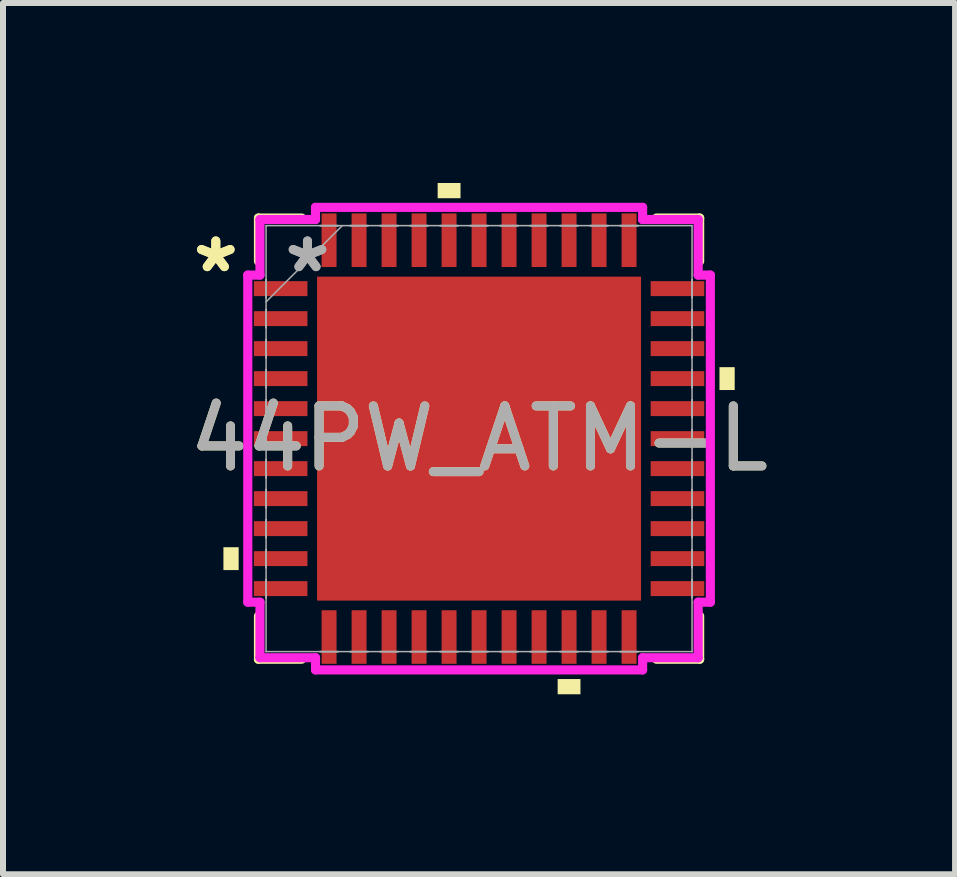
<source format=kicad_pcb>
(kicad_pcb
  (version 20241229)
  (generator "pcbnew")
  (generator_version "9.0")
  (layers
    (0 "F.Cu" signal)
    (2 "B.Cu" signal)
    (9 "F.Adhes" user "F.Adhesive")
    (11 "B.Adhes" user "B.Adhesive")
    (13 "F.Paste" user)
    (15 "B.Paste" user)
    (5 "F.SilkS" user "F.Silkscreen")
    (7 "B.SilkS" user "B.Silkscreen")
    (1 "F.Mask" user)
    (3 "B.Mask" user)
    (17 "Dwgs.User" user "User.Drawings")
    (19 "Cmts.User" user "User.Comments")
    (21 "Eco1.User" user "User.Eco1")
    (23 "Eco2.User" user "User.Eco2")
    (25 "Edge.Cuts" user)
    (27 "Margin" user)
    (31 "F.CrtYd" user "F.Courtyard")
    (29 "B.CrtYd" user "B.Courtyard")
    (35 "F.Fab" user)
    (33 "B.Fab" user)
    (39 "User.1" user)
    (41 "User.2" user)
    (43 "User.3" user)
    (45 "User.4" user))
  (footprint "44PW_ATM-L"
    (layer "F.Cu")
    (at 4.935 4.261)
    (property "Reference" "44PW_ATM-L" (at 0 0 0) (unlocked yes) (layer "F.SilkS") (effects (font (size 1 1) (thickness 0.15))))
    (attr smd)
    (fp_line (start -3.677 -3.677) (end -3.677 -2.957) (stroke (width 0.152) (type solid)) (layer "F.SilkS"))
    (fp_line (start -3.677 2.957) (end -3.677 3.677) (stroke (width 0.152) (type solid)) (layer "F.SilkS"))
    (fp_line (start -3.677 3.677) (end -2.957 3.677) (stroke (width 0.152) (type solid)) (layer "F.SilkS"))
    (fp_line (start -2.957 -3.677) (end -3.677 -3.677) (stroke (width 0.152) (type solid)) (layer "F.SilkS"))
    (fp_line (start 2.957 3.677) (end 3.677 3.677) (stroke (width 0.152) (type solid)) (layer "F.SilkS"))
    (fp_line (start 3.677 -3.677) (end 2.957 -3.677) (stroke (width 0.152) (type solid)) (layer "F.SilkS"))
    (fp_line (start 3.677 -2.957) (end 3.677 -3.677) (stroke (width 0.152) (type solid)) (layer "F.SilkS"))
    (fp_line (start 3.677 3.677) (end 3.677 2.957) (stroke (width 0.152) (type solid)) (layer "F.SilkS"))
    (fp_poly (pts (xy -4.261 1.81) (xy -4.261 2.191) (xy -4.007 2.191) (xy -4.007 1.81)) (stroke (width 0) (type solid)) (fill yes) (layer "F.SilkS"))
    (fp_poly (pts (xy -0.69 -4.007) (xy -0.69 -4.261) (xy -0.309 -4.261) (xy -0.309 -4.007)) (stroke (width 0) (type solid)) (fill yes) (layer "F.SilkS"))
    (fp_poly (pts (xy 1.31 4.007) (xy 1.31 4.261) (xy 1.69 4.261) (xy 1.69 4.007)) (stroke (width 0) (type solid)) (fill yes) (layer "F.SilkS"))
    (fp_poly (pts (xy 4.261 -1.191) (xy 4.261 -0.81) (xy 4.007 -0.81) (xy 4.007 -1.191)) (stroke (width 0) (type solid)) (fill yes) (layer "F.SilkS"))
    (fp_poly (pts (xy -2.6 -2.6) (xy -2.6 -1.45) (xy -1.45 -1.45) (xy -1.45 -2.6)) (stroke (width 0) (type solid)) (fill yes) (layer "F.Paste"))
    (fp_poly (pts (xy -2.6 -1.25) (xy -2.6 -0.1) (xy -1.45 -0.1) (xy -1.45 -1.25)) (stroke (width 0) (type solid)) (fill yes) (layer "F.Paste"))
    (fp_poly (pts (xy -2.6 0.1) (xy -2.6 1.25) (xy -1.45 1.25) (xy -1.45 0.1)) (stroke (width 0) (type solid)) (fill yes) (layer "F.Paste"))
    (fp_poly (pts (xy -2.6 1.45) (xy -2.6 2.6) (xy -1.45 2.6) (xy -1.45 1.45)) (stroke (width 0) (type solid)) (fill yes) (layer "F.Paste"))
    (fp_poly (pts (xy -1.25 -2.6) (xy -1.25 -1.45) (xy -0.1 -1.45) (xy -0.1 -2.6)) (stroke (width 0) (type solid)) (fill yes) (layer "F.Paste"))
    (fp_poly (pts (xy -1.25 -1.25) (xy -1.25 -0.1) (xy -0.1 -0.1) (xy -0.1 -1.25)) (stroke (width 0) (type solid)) (fill yes) (layer "F.Paste"))
    (fp_poly (pts (xy -1.25 0.1) (xy -1.25 1.25) (xy -0.1 1.25) (xy -0.1 0.1)) (stroke (width 0) (type solid)) (fill yes) (layer "F.Paste"))
    (fp_poly (pts (xy -1.25 1.45) (xy -1.25 2.6) (xy -0.1 2.6) (xy -0.1 1.45)) (stroke (width 0) (type solid)) (fill yes) (layer "F.Paste"))
    (fp_poly (pts (xy 0.1 -2.6) (xy 0.1 -1.45) (xy 1.25 -1.45) (xy 1.25 -2.6)) (stroke (width 0) (type solid)) (fill yes) (layer "F.Paste"))
    (fp_poly (pts (xy 0.1 -1.25) (xy 0.1 -0.1) (xy 1.25 -0.1) (xy 1.25 -1.25)) (stroke (width 0) (type solid)) (fill yes) (layer "F.Paste"))
    (fp_poly (pts (xy 0.1 0.1) (xy 0.1 1.25) (xy 1.25 1.25) (xy 1.25 0.1)) (stroke (width 0) (type solid)) (fill yes) (layer "F.Paste"))
    (fp_poly (pts (xy 0.1 1.45) (xy 0.1 2.6) (xy 1.25 2.6) (xy 1.25 1.45)) (stroke (width 0) (type solid)) (fill yes) (layer "F.Paste"))
    (fp_poly (pts (xy 1.45 -2.6) (xy 1.45 -1.45) (xy 2.6 -1.45) (xy 2.6 -2.6)) (stroke (width 0) (type solid)) (fill yes) (layer "F.Paste"))
    (fp_poly (pts (xy 1.45 -1.25) (xy 1.45 -0.1) (xy 2.6 -0.1) (xy 2.6 -1.25)) (stroke (width 0) (type solid)) (fill yes) (layer "F.Paste"))
    (fp_poly (pts (xy 1.45 0.1) (xy 1.45 1.25) (xy 2.6 1.25) (xy 2.6 0.1)) (stroke (width 0) (type solid)) (fill yes) (layer "F.Paste"))
    (fp_poly (pts (xy 1.45 1.45) (xy 1.45 2.6) (xy 2.6 2.6) (xy 2.6 1.45)) (stroke (width 0) (type solid)) (fill yes) (layer "F.Paste"))
    (fp_line (start -3.855 -2.726) (end -3.652 -2.726) (stroke (width 0.152) (type solid)) (layer "F.CrtYd"))
    (fp_line (start -3.855 2.726) (end -3.855 -2.726) (stroke (width 0.152) (type solid)) (layer "F.CrtYd"))
    (fp_line (start -3.652 -3.652) (end -2.726 -3.652) (stroke (width 0.152) (type solid)) (layer "F.CrtYd"))
    (fp_line (start -3.652 -2.726) (end -3.652 -3.652) (stroke (width 0.152) (type solid)) (layer "F.CrtYd"))
    (fp_line (start -3.652 2.726) (end -3.855 2.726) (stroke (width 0.152) (type solid)) (layer "F.CrtYd"))
    (fp_line (start -3.652 3.652) (end -3.652 2.726) (stroke (width 0.152) (type solid)) (layer "F.CrtYd"))
    (fp_line (start -2.726 -3.855) (end 2.726 -3.855) (stroke (width 0.152) (type solid)) (layer "F.CrtYd"))
    (fp_line (start -2.726 -3.652) (end -2.726 -3.855) (stroke (width 0.152) (type solid)) (layer "F.CrtYd"))
    (fp_line (start -2.726 3.652) (end -3.652 3.652) (stroke (width 0.152) (type solid)) (layer "F.CrtYd"))
    (fp_line (start -2.726 3.855) (end -2.726 3.652) (stroke (width 0.152) (type solid)) (layer "F.CrtYd"))
    (fp_line (start 2.726 -3.855) (end 2.726 -3.652) (stroke (width 0.152) (type solid)) (layer "F.CrtYd"))
    (fp_line (start 2.726 -3.652) (end 3.652 -3.652) (stroke (width 0.152) (type solid)) (layer "F.CrtYd"))
    (fp_line (start 2.726 3.652) (end 2.726 3.855) (stroke (width 0.152) (type solid)) (layer "F.CrtYd"))
    (fp_line (start 2.726 3.855) (end -2.726 3.855) (stroke (width 0.152) (type solid)) (layer "F.CrtYd"))
    (fp_line (start 3.652 -3.652) (end 3.652 -2.726) (stroke (width 0.152) (type solid)) (layer "F.CrtYd"))
    (fp_line (start 3.652 -2.726) (end 3.855 -2.726) (stroke (width 0.152) (type solid)) (layer "F.CrtYd"))
    (fp_line (start 3.652 2.726) (end 3.652 3.652) (stroke (width 0.152) (type solid)) (layer "F.CrtYd"))
    (fp_line (start 3.652 3.652) (end 2.726 3.652) (stroke (width 0.152) (type solid)) (layer "F.CrtYd"))
    (fp_line (start 3.855 -2.726) (end 3.855 2.726) (stroke (width 0.152) (type solid)) (layer "F.CrtYd"))
    (fp_line (start 3.855 2.726) (end 3.652 2.726) (stroke (width 0.152) (type solid)) (layer "F.CrtYd"))
    (fp_line (start -3.55 -3.55) (end -3.55 -3.55) (stroke (width 0.025) (type solid)) (layer "F.Fab"))
    (fp_line (start -3.55 -3.55) (end -3.55 3.55) (stroke (width 0.025) (type solid)) (layer "F.Fab"))
    (fp_line (start -3.55 -2.65) (end -3.55 -2.65) (stroke (width 0.025) (type solid)) (layer "F.Fab"))
    (fp_line (start -3.55 -2.65) (end -3.55 -2.35) (stroke (width 0.025) (type solid)) (layer "F.Fab"))
    (fp_line (start -3.55 -2.35) (end -3.55 -2.65) (stroke (width 0.025) (type solid)) (layer "F.Fab"))
    (fp_line (start -3.55 -2.35) (end -3.55 -2.35) (stroke (width 0.025) (type solid)) (layer "F.Fab"))
    (fp_line (start -3.55 -2.28) (end -2.28 -3.55) (stroke (width 0.025) (type solid)) (layer "F.Fab"))
    (fp_line (start -3.55 -2.15) (end -3.55 -2.15) (stroke (width 0.025) (type solid)) (layer "F.Fab"))
    (fp_line (start -3.55 -2.15) (end -3.55 -1.85) (stroke (width 0.025) (type solid)) (layer "F.Fab"))
    (fp_line (start -3.55 -1.85) (end -3.55 -2.15) (stroke (width 0.025) (type solid)) (layer "F.Fab"))
    (fp_line (start -3.55 -1.85) (end -3.55 -1.85) (stroke (width 0.025) (type solid)) (layer "F.Fab"))
    (fp_line (start -3.55 -1.65) (end -3.55 -1.65) (stroke (width 0.025) (type solid)) (layer "F.Fab"))
    (fp_line (start -3.55 -1.65) (end -3.55 -1.35) (stroke (width 0.025) (type solid)) (layer "F.Fab"))
    (fp_line (start -3.55 -1.35) (end -3.55 -1.65) (stroke (width 0.025) (type solid)) (layer "F.Fab"))
    (fp_line (start -3.55 -1.35) (end -3.55 -1.35) (stroke (width 0.025) (type solid)) (layer "F.Fab"))
    (fp_line (start -3.55 -1.15) (end -3.55 -1.15) (stroke (width 0.025) (type solid)) (layer "F.Fab"))
    (fp_line (start -3.55 -1.15) (end -3.55 -0.85) (stroke (width 0.025) (type solid)) (layer "F.Fab"))
    (fp_line (start -3.55 -0.85) (end -3.55 -1.15) (stroke (width 0.025) (type solid)) (layer "F.Fab"))
    (fp_line (start -3.55 -0.85) (end -3.55 -0.85) (stroke (width 0.025) (type solid)) (layer "F.Fab"))
    (fp_line (start -3.55 -0.65) (end -3.55 -0.65) (stroke (width 0.025) (type solid)) (layer "F.Fab"))
    (fp_line (start -3.55 -0.65) (end -3.55 -0.35) (stroke (width 0.025) (type solid)) (layer "F.Fab"))
    (fp_line (start -3.55 -0.35) (end -3.55 -0.65) (stroke (width 0.025) (type solid)) (layer "F.Fab"))
    (fp_line (start -3.55 -0.35) (end -3.55 -0.35) (stroke (width 0.025) (type solid)) (layer "F.Fab"))
    (fp_line (start -3.55 -0.15) (end -3.55 -0.15) (stroke (width 0.025) (type solid)) (layer "F.Fab"))
    (fp_line (start -3.55 -0.15) (end -3.55 0.15) (stroke (width 0.025) (type solid)) (layer "F.Fab"))
    (fp_line (start -3.55 0.15) (end -3.55 -0.15) (stroke (width 0.025) (type solid)) (layer "F.Fab"))
    (fp_line (start -3.55 0.15) (end -3.55 0.15) (stroke (width 0.025) (type solid)) (layer "F.Fab"))
    (fp_line (start -3.55 0.35) (end -3.55 0.35) (stroke (width 0.025) (type solid)) (layer "F.Fab"))
    (fp_line (start -3.55 0.35) (end -3.55 0.65) (stroke (width 0.025) (type solid)) (layer "F.Fab"))
    (fp_line (start -3.55 0.65) (end -3.55 0.35) (stroke (width 0.025) (type solid)) (layer "F.Fab"))
    (fp_line (start -3.55 0.65) (end -3.55 0.65) (stroke (width 0.025) (type solid)) (layer "F.Fab"))
    (fp_line (start -3.55 0.85) (end -3.55 0.85) (stroke (width 0.025) (type solid)) (layer "F.Fab"))
    (fp_line (start -3.55 0.85) (end -3.55 1.15) (stroke (width 0.025) (type solid)) (layer "F.Fab"))
    (fp_line (start -3.55 1.15) (end -3.55 0.85) (stroke (width 0.025) (type solid)) (layer "F.Fab"))
    (fp_line (start -3.55 1.15) (end -3.55 1.15) (stroke (width 0.025) (type solid)) (layer "F.Fab"))
    (fp_line (start -3.55 1.35) (end -3.55 1.35) (stroke (width 0.025) (type solid)) (layer "F.Fab"))
    (fp_line (start -3.55 1.35) (end -3.55 1.65) (stroke (width 0.025) (type solid)) (layer "F.Fab"))
    (fp_line (start -3.55 1.65) (end -3.55 1.35) (stroke (width 0.025) (type solid)) (layer "F.Fab"))
    (fp_line (start -3.55 1.65) (end -3.55 1.65) (stroke (width 0.025) (type solid)) (layer "F.Fab"))
    (fp_line (start -3.55 1.85) (end -3.55 1.85) (stroke (width 0.025) (type solid)) (layer "F.Fab"))
    (fp_line (start -3.55 1.85) (end -3.55 2.15) (stroke (width 0.025) (type solid)) (layer "F.Fab"))
    (fp_line (start -3.55 2.15) (end -3.55 1.85) (stroke (width 0.025) (type solid)) (layer "F.Fab"))
    (fp_line (start -3.55 2.15) (end -3.55 2.15) (stroke (width 0.025) (type solid)) (layer "F.Fab"))
    (fp_line (start -3.55 2.35) (end -3.55 2.35) (stroke (width 0.025) (type solid)) (layer "F.Fab"))
    (fp_line (start -3.55 2.35) (end -3.55 2.65) (stroke (width 0.025) (type solid)) (layer "F.Fab"))
    (fp_line (start -3.55 2.65) (end -3.55 2.35) (stroke (width 0.025) (type solid)) (layer "F.Fab"))
    (fp_line (start -3.55 2.65) (end -3.55 2.65) (stroke (width 0.025) (type solid)) (layer "F.Fab"))
    (fp_line (start -3.55 3.55) (end -3.55 3.55) (stroke (width 0.025) (type solid)) (layer "F.Fab"))
    (fp_line (start -3.55 3.55) (end 3.55 3.55) (stroke (width 0.025) (type solid)) (layer "F.Fab"))
    (fp_line (start -2.65 -3.55) (end -2.65 -3.55) (stroke (width 0.025) (type solid)) (layer "F.Fab"))
    (fp_line (start -2.65 -3.55) (end -2.35 -3.55) (stroke (width 0.025) (type solid)) (layer "F.Fab"))
    (fp_line (start -2.65 3.55) (end -2.65 3.55) (stroke (width 0.025) (type solid)) (layer "F.Fab"))
    (fp_line (start -2.65 3.55) (end -2.35 3.55) (stroke (width 0.025) (type solid)) (layer "F.Fab"))
    (fp_line (start -2.35 -3.55) (end -2.65 -3.55) (stroke (width 0.025) (type solid)) (layer "F.Fab"))
    (fp_line (start -2.35 -3.55) (end -2.35 -3.55) (stroke (width 0.025) (type solid)) (layer "F.Fab"))
    (fp_line (start -2.35 3.55) (end -2.65 3.55) (stroke (width 0.025) (type solid)) (layer "F.Fab"))
    (fp_line (start -2.35 3.55) (end -2.35 3.55) (stroke (width 0.025) (type solid)) (layer "F.Fab"))
    (fp_line (start -2.15 -3.55) (end -2.15 -3.55) (stroke (width 0.025) (type solid)) (layer "F.Fab"))
    (fp_line (start -2.15 -3.55) (end -1.85 -3.55) (stroke (width 0.025) (type solid)) (layer "F.Fab"))
    (fp_line (start -2.15 3.55) (end -2.15 3.55) (stroke (width 0.025) (type solid)) (layer "F.Fab"))
    (fp_line (start -2.15 3.55) (end -1.85 3.55) (stroke (width 0.025) (type solid)) (layer "F.Fab"))
    (fp_line (start -1.85 -3.55) (end -2.15 -3.55) (stroke (width 0.025) (type solid)) (layer "F.Fab"))
    (fp_line (start -1.85 -3.55) (end -1.85 -3.55) (stroke (width 0.025) (type solid)) (layer "F.Fab"))
    (fp_line (start -1.85 3.55) (end -2.15 3.55) (stroke (width 0.025) (type solid)) (layer "F.Fab"))
    (fp_line (start -1.85 3.55) (end -1.85 3.55) (stroke (width 0.025) (type solid)) (layer "F.Fab"))
    (fp_line (start -1.65 -3.55) (end -1.65 -3.55) (stroke (width 0.025) (type solid)) (layer "F.Fab"))
    (fp_line (start -1.65 -3.55) (end -1.35 -3.55) (stroke (width 0.025) (type solid)) (layer "F.Fab"))
    (fp_line (start -1.65 3.55) (end -1.65 3.55) (stroke (width 0.025) (type solid)) (layer "F.Fab"))
    (fp_line (start -1.65 3.55) (end -1.35 3.55) (stroke (width 0.025) (type solid)) (layer "F.Fab"))
    (fp_line (start -1.35 -3.55) (end -1.65 -3.55) (stroke (width 0.025) (type solid)) (layer "F.Fab"))
    (fp_line (start -1.35 -3.55) (end -1.35 -3.55) (stroke (width 0.025) (type solid)) (layer "F.Fab"))
    (fp_line (start -1.35 3.55) (end -1.65 3.55) (stroke (width 0.025) (type solid)) (layer "F.Fab"))
    (fp_line (start -1.35 3.55) (end -1.35 3.55) (stroke (width 0.025) (type solid)) (layer "F.Fab"))
    (fp_line (start -1.15 -3.55) (end -1.15 -3.55) (stroke (width 0.025) (type solid)) (layer "F.Fab"))
    (fp_line (start -1.15 -3.55) (end -0.85 -3.55) (stroke (width 0.025) (type solid)) (layer "F.Fab"))
    (fp_line (start -1.15 3.55) (end -1.15 3.55) (stroke (width 0.025) (type solid)) (layer "F.Fab"))
    (fp_line (start -1.15 3.55) (end -0.85 3.55) (stroke (width 0.025) (type solid)) (layer "F.Fab"))
    (fp_line (start -0.85 -3.55) (end -1.15 -3.55) (stroke (width 0.025) (type solid)) (layer "F.Fab"))
    (fp_line (start -0.85 -3.55) (end -0.85 -3.55) (stroke (width 0.025) (type solid)) (layer "F.Fab"))
    (fp_line (start -0.85 3.55) (end -1.15 3.55) (stroke (width 0.025) (type solid)) (layer "F.Fab"))
    (fp_line (start -0.85 3.55) (end -0.85 3.55) (stroke (width 0.025) (type solid)) (layer "F.Fab"))
    (fp_line (start -0.65 -3.55) (end -0.65 -3.55) (stroke (width 0.025) (type solid)) (layer "F.Fab"))
    (fp_line (start -0.65 -3.55) (end -0.35 -3.55) (stroke (width 0.025) (type solid)) (layer "F.Fab"))
    (fp_line (start -0.65 3.55) (end -0.65 3.55) (stroke (width 0.025) (type solid)) (layer "F.Fab"))
    (fp_line (start -0.65 3.55) (end -0.35 3.55) (stroke (width 0.025) (type solid)) (layer "F.Fab"))
    (fp_line (start -0.35 -3.55) (end -0.65 -3.55) (stroke (width 0.025) (type solid)) (layer "F.Fab"))
    (fp_line (start -0.35 -3.55) (end -0.35 -3.55) (stroke (width 0.025) (type solid)) (layer "F.Fab"))
    (fp_line (start -0.35 3.55) (end -0.65 3.55) (stroke (width 0.025) (type solid)) (layer "F.Fab"))
    (fp_line (start -0.35 3.55) (end -0.35 3.55) (stroke (width 0.025) (type solid)) (layer "F.Fab"))
    (fp_line (start -0.15 -3.55) (end -0.15 -3.55) (stroke (width 0.025) (type solid)) (layer "F.Fab"))
    (fp_line (start -0.15 -3.55) (end 0.15 -3.55) (stroke (width 0.025) (type solid)) (layer "F.Fab"))
    (fp_line (start -0.15 3.55) (end -0.15 3.55) (stroke (width 0.025) (type solid)) (layer "F.Fab"))
    (fp_line (start -0.15 3.55) (end 0.15 3.55) (stroke (width 0.025) (type solid)) (layer "F.Fab"))
    (fp_line (start 0.15 -3.55) (end -0.15 -3.55) (stroke (width 0.025) (type solid)) (layer "F.Fab"))
    (fp_line (start 0.15 -3.55) (end 0.15 -3.55) (stroke (width 0.025) (type solid)) (layer "F.Fab"))
    (fp_line (start 0.15 3.55) (end -0.15 3.55) (stroke (width 0.025) (type solid)) (layer "F.Fab"))
    (fp_line (start 0.15 3.55) (end 0.15 3.55) (stroke (width 0.025) (type solid)) (layer "F.Fab"))
    (fp_line (start 0.35 -3.55) (end 0.35 -3.55) (stroke (width 0.025) (type solid)) (layer "F.Fab"))
    (fp_line (start 0.35 -3.55) (end 0.65 -3.55) (stroke (width 0.025) (type solid)) (layer "F.Fab"))
    (fp_line (start 0.35 3.55) (end 0.35 3.55) (stroke (width 0.025) (type solid)) (layer "F.Fab"))
    (fp_line (start 0.35 3.55) (end 0.65 3.55) (stroke (width 0.025) (type solid)) (layer "F.Fab"))
    (fp_line (start 0.65 -3.55) (end 0.35 -3.55) (stroke (width 0.025) (type solid)) (layer "F.Fab"))
    (fp_line (start 0.65 -3.55) (end 0.65 -3.55) (stroke (width 0.025) (type solid)) (layer "F.Fab"))
    (fp_line (start 0.65 3.55) (end 0.35 3.55) (stroke (width 0.025) (type solid)) (layer "F.Fab"))
    (fp_line (start 0.65 3.55) (end 0.65 3.55) (stroke (width 0.025) (type solid)) (layer "F.Fab"))
    (fp_line (start 0.85 -3.55) (end 0.85 -3.55) (stroke (width 0.025) (type solid)) (layer "F.Fab"))
    (fp_line (start 0.85 -3.55) (end 1.15 -3.55) (stroke (width 0.025) (type solid)) (layer "F.Fab"))
    (fp_line (start 0.85 3.55) (end 0.85 3.55) (stroke (width 0.025) (type solid)) (layer "F.Fab"))
    (fp_line (start 0.85 3.55) (end 1.15 3.55) (stroke (width 0.025) (type solid)) (layer "F.Fab"))
    (fp_line (start 1.15 -3.55) (end 0.85 -3.55) (stroke (width 0.025) (type solid)) (layer "F.Fab"))
    (fp_line (start 1.15 -3.55) (end 1.15 -3.55) (stroke (width 0.025) (type solid)) (layer "F.Fab"))
    (fp_line (start 1.15 3.55) (end 0.85 3.55) (stroke (width 0.025) (type solid)) (layer "F.Fab"))
    (fp_line (start 1.15 3.55) (end 1.15 3.55) (stroke (width 0.025) (type solid)) (layer "F.Fab"))
    (fp_line (start 1.35 -3.55) (end 1.35 -3.55) (stroke (width 0.025) (type solid)) (layer "F.Fab"))
    (fp_line (start 1.35 -3.55) (end 1.65 -3.55) (stroke (width 0.025) (type solid)) (layer "F.Fab"))
    (fp_line (start 1.35 3.55) (end 1.35 3.55) (stroke (width 0.025) (type solid)) (layer "F.Fab"))
    (fp_line (start 1.35 3.55) (end 1.65 3.55) (stroke (width 0.025) (type solid)) (layer "F.Fab"))
    (fp_line (start 1.65 -3.55) (end 1.35 -3.55) (stroke (width 0.025) (type solid)) (layer "F.Fab"))
    (fp_line (start 1.65 -3.55) (end 1.65 -3.55) (stroke (width 0.025) (type solid)) (layer "F.Fab"))
    (fp_line (start 1.65 3.55) (end 1.35 3.55) (stroke (width 0.025) (type solid)) (layer "F.Fab"))
    (fp_line (start 1.65 3.55) (end 1.65 3.55) (stroke (width 0.025) (type solid)) (layer "F.Fab"))
    (fp_line (start 1.85 -3.55) (end 1.85 -3.55) (stroke (width 0.025) (type solid)) (layer "F.Fab"))
    (fp_line (start 1.85 -3.55) (end 2.15 -3.55) (stroke (width 0.025) (type solid)) (layer "F.Fab"))
    (fp_line (start 1.85 3.55) (end 1.85 3.55) (stroke (width 0.025) (type solid)) (layer "F.Fab"))
    (fp_line (start 1.85 3.55) (end 2.15 3.55) (stroke (width 0.025) (type solid)) (layer "F.Fab"))
    (fp_line (start 2.15 -3.55) (end 1.85 -3.55) (stroke (width 0.025) (type solid)) (layer "F.Fab"))
    (fp_line (start 2.15 -3.55) (end 2.15 -3.55) (stroke (width 0.025) (type solid)) (layer "F.Fab"))
    (fp_line (start 2.15 3.55) (end 1.85 3.55) (stroke (width 0.025) (type solid)) (layer "F.Fab"))
    (fp_line (start 2.15 3.55) (end 2.15 3.55) (stroke (width 0.025) (type solid)) (layer "F.Fab"))
    (fp_line (start 2.35 -3.55) (end 2.35 -3.55) (stroke (width 0.025) (type solid)) (layer "F.Fab"))
    (fp_line (start 2.35 -3.55) (end 2.65 -3.55) (stroke (width 0.025) (type solid)) (layer "F.Fab"))
    (fp_line (start 2.35 3.55) (end 2.35 3.55) (stroke (width 0.025) (type solid)) (layer "F.Fab"))
    (fp_line (start 2.35 3.55) (end 2.65 3.55) (stroke (width 0.025) (type solid)) (layer "F.Fab"))
    (fp_line (start 2.65 -3.55) (end 2.35 -3.55) (stroke (width 0.025) (type solid)) (layer "F.Fab"))
    (fp_line (start 2.65 -3.55) (end 2.65 -3.55) (stroke (width 0.025) (type solid)) (layer "F.Fab"))
    (fp_line (start 2.65 3.55) (end 2.35 3.55) (stroke (width 0.025) (type solid)) (layer "F.Fab"))
    (fp_line (start 2.65 3.55) (end 2.65 3.55) (stroke (width 0.025) (type solid)) (layer "F.Fab"))
    (fp_line (start 3.55 -3.55) (end -3.55 -3.55) (stroke (width 0.025) (type solid)) (layer "F.Fab"))
    (fp_line (start 3.55 -3.55) (end 3.55 -3.55) (stroke (width 0.025) (type solid)) (layer "F.Fab"))
    (fp_line (start 3.55 -2.65) (end 3.55 -2.65) (stroke (width 0.025) (type solid)) (layer "F.Fab"))
    (fp_line (start 3.55 -2.65) (end 3.55 -2.35) (stroke (width 0.025) (type solid)) (layer "F.Fab"))
    (fp_line (start 3.55 -2.35) (end 3.55 -2.65) (stroke (width 0.025) (type solid)) (layer "F.Fab"))
    (fp_line (start 3.55 -2.35) (end 3.55 -2.35) (stroke (width 0.025) (type solid)) (layer "F.Fab"))
    (fp_line (start 3.55 -2.15) (end 3.55 -2.15) (stroke (width 0.025) (type solid)) (layer "F.Fab"))
    (fp_line (start 3.55 -2.15) (end 3.55 -1.85) (stroke (width 0.025) (type solid)) (layer "F.Fab"))
    (fp_line (start 3.55 -1.85) (end 3.55 -2.15) (stroke (width 0.025) (type solid)) (layer "F.Fab"))
    (fp_line (start 3.55 -1.85) (end 3.55 -1.85) (stroke (width 0.025) (type solid)) (layer "F.Fab"))
    (fp_line (start 3.55 -1.65) (end 3.55 -1.65) (stroke (width 0.025) (type solid)) (layer "F.Fab"))
    (fp_line (start 3.55 -1.65) (end 3.55 -1.35) (stroke (width 0.025) (type solid)) (layer "F.Fab"))
    (fp_line (start 3.55 -1.35) (end 3.55 -1.65) (stroke (width 0.025) (type solid)) (layer "F.Fab"))
    (fp_line (start 3.55 -1.35) (end 3.55 -1.35) (stroke (width 0.025) (type solid)) (layer "F.Fab"))
    (fp_line (start 3.55 -1.15) (end 3.55 -1.15) (stroke (width 0.025) (type solid)) (layer "F.Fab"))
    (fp_line (start 3.55 -1.15) (end 3.55 -0.85) (stroke (width 0.025) (type solid)) (layer "F.Fab"))
    (fp_line (start 3.55 -0.85) (end 3.55 -1.15) (stroke (width 0.025) (type solid)) (layer "F.Fab"))
    (fp_line (start 3.55 -0.85) (end 3.55 -0.85) (stroke (width 0.025) (type solid)) (layer "F.Fab"))
    (fp_line (start 3.55 -0.65) (end 3.55 -0.65) (stroke (width 0.025) (type solid)) (layer "F.Fab"))
    (fp_line (start 3.55 -0.65) (end 3.55 -0.35) (stroke (width 0.025) (type solid)) (layer "F.Fab"))
    (fp_line (start 3.55 -0.35) (end 3.55 -0.65) (stroke (width 0.025) (type solid)) (layer "F.Fab"))
    (fp_line (start 3.55 -0.35) (end 3.55 -0.35) (stroke (width 0.025) (type solid)) (layer "F.Fab"))
    (fp_line (start 3.55 -0.15) (end 3.55 -0.15) (stroke (width 0.025) (type solid)) (layer "F.Fab"))
    (fp_line (start 3.55 -0.15) (end 3.55 0.15) (stroke (width 0.025) (type solid)) (layer "F.Fab"))
    (fp_line (start 3.55 0.15) (end 3.55 -0.15) (stroke (width 0.025) (type solid)) (layer "F.Fab"))
    (fp_line (start 3.55 0.15) (end 3.55 0.15) (stroke (width 0.025) (type solid)) (layer "F.Fab"))
    (fp_line (start 3.55 0.35) (end 3.55 0.35) (stroke (width 0.025) (type solid)) (layer "F.Fab"))
    (fp_line (start 3.55 0.35) (end 3.55 0.65) (stroke (width 0.025) (type solid)) (layer "F.Fab"))
    (fp_line (start 3.55 0.65) (end 3.55 0.35) (stroke (width 0.025) (type solid)) (layer "F.Fab"))
    (fp_line (start 3.55 0.65) (end 3.55 0.65) (stroke (width 0.025) (type solid)) (layer "F.Fab"))
    (fp_line (start 3.55 0.85) (end 3.55 0.85) (stroke (width 0.025) (type solid)) (layer "F.Fab"))
    (fp_line (start 3.55 0.85) (end 3.55 1.15) (stroke (width 0.025) (type solid)) (layer "F.Fab"))
    (fp_line (start 3.55 1.15) (end 3.55 0.85) (stroke (width 0.025) (type solid)) (layer "F.Fab"))
    (fp_line (start 3.55 1.15) (end 3.55 1.15) (stroke (width 0.025) (type solid)) (layer "F.Fab"))
    (fp_line (start 3.55 1.35) (end 3.55 1.35) (stroke (width 0.025) (type solid)) (layer "F.Fab"))
    (fp_line (start 3.55 1.35) (end 3.55 1.65) (stroke (width 0.025) (type solid)) (layer "F.Fab"))
    (fp_line (start 3.55 1.65) (end 3.55 1.35) (stroke (width 0.025) (type solid)) (layer "F.Fab"))
    (fp_line (start 3.55 1.65) (end 3.55 1.65) (stroke (width 0.025) (type solid)) (layer "F.Fab"))
    (fp_line (start 3.55 1.85) (end 3.55 1.85) (stroke (width 0.025) (type solid)) (layer "F.Fab"))
    (fp_line (start 3.55 1.85) (end 3.55 2.15) (stroke (width 0.025) (type solid)) (layer "F.Fab"))
    (fp_line (start 3.55 2.15) (end 3.55 1.85) (stroke (width 0.025) (type solid)) (layer "F.Fab"))
    (fp_line (start 3.55 2.15) (end 3.55 2.15) (stroke (width 0.025) (type solid)) (layer "F.Fab"))
    (fp_line (start 3.55 2.35) (end 3.55 2.35) (stroke (width 0.025) (type solid)) (layer "F.Fab"))
    (fp_line (start 3.55 2.35) (end 3.55 2.65) (stroke (width 0.025) (type solid)) (layer "F.Fab"))
    (fp_line (start 3.55 2.65) (end 3.55 2.35) (stroke (width 0.025) (type solid)) (layer "F.Fab"))
    (fp_line (start 3.55 2.65) (end 3.55 2.65) (stroke (width 0.025) (type solid)) (layer "F.Fab"))
    (fp_line (start 3.55 3.55) (end 3.55 -3.55) (stroke (width 0.025) (type solid)) (layer "F.Fab"))
    (fp_line (start 3.55 3.55) (end 3.55 3.55) (stroke (width 0.025) (type solid)) (layer "F.Fab"))
    (fp_text user "*" (at -4.388 -2.75 0) (unlocked yes) (layer "F.SilkS") (effects (font (size 1 1) (thickness 0.15))))
    (fp_text user "*" (at -4.388 -2.75 0) (layer "F.SilkS") (effects (font (size 1 1) (thickness 0.15))))
    (fp_text user "*" (at -2.86 -2.75 0) (layer "F.Fab") (effects (font (size 1 1) (thickness 0.15))))
    (fp_text user "*" (at -2.86 -2.75 0) (unlocked yes) (layer "F.Fab") (effects (font (size 1 1) (thickness 0.15))))
    (fp_text user "${REFERENCE}" (at 0 0 0) (unlocked yes) (layer "F.Fab") (effects (font (size 1 1) (thickness 0.15))))
    (pad "1" smd rect (at -3.307 -2.5 90) (size 0.249 0.893) (layers "F.Cu" "F.Mask" "F.Paste"))
    (pad "2" smd rect (at -3.307 -2 90) (size 0.249 0.893) (layers "F.Cu" "F.Mask" "F.Paste"))
    (pad "3" smd rect (at -3.307 -1.5 90) (size 0.249 0.893) (layers "F.Cu" "F.Mask" "F.Paste"))
    (pad "4" smd rect (at -3.307 -1 90) (size 0.249 0.893) (layers "F.Cu" "F.Mask" "F.Paste"))
    (pad "5" smd rect (at -3.307 -0.5 90) (size 0.249 0.893) (layers "F.Cu" "F.Mask" "F.Paste"))
    (pad "6" smd rect (at -3.307 0 90) (size 0.249 0.893) (layers "F.Cu" "F.Mask" "F.Paste"))
    (pad "7" smd rect (at -3.307 0.5 90) (size 0.249 0.893) (layers "F.Cu" "F.Mask" "F.Paste"))
    (pad "8" smd rect (at -3.307 1 90) (size 0.249 0.893) (layers "F.Cu" "F.Mask" "F.Paste"))
    (pad "9" smd rect (at -3.307 1.5 90) (size 0.249 0.893) (layers "F.Cu" "F.Mask" "F.Paste"))
    (pad "10" smd rect (at -3.307 2 90) (size 0.249 0.893) (layers "F.Cu" "F.Mask" "F.Paste"))
    (pad "11" smd rect (at -3.307 2.5 90) (size 0.249 0.893) (layers "F.Cu" "F.Mask" "F.Paste"))
    (pad "12" smd rect (at -2.5 3.307) (size 0.249 0.893) (layers "F.Cu" "F.Mask" "F.Paste"))
    (pad "13" smd rect (at -2 3.307) (size 0.249 0.893) (layers "F.Cu" "F.Mask" "F.Paste"))
    (pad "14" smd rect (at -1.5 3.307) (size 0.249 0.893) (layers "F.Cu" "F.Mask" "F.Paste"))
    (pad "15" smd rect (at -1 3.307) (size 0.249 0.893) (layers "F.Cu" "F.Mask" "F.Paste"))
    (pad "16" smd rect (at -0.5 3.307) (size 0.249 0.893) (layers "F.Cu" "F.Mask" "F.Paste"))
    (pad "17" smd rect (at 0 3.307) (size 0.249 0.893) (layers "F.Cu" "F.Mask" "F.Paste"))
    (pad "18" smd rect (at 0.5 3.307) (size 0.249 0.893) (layers "F.Cu" "F.Mask" "F.Paste"))
    (pad "19" smd rect (at 1 3.307) (size 0.249 0.893) (layers "F.Cu" "F.Mask" "F.Paste"))
    (pad "20" smd rect (at 1.5 3.307) (size 0.249 0.893) (layers "F.Cu" "F.Mask" "F.Paste"))
    (pad "21" smd rect (at 2 3.307) (size 0.249 0.893) (layers "F.Cu" "F.Mask" "F.Paste"))
    (pad "22" smd rect (at 2.5 3.307) (size 0.249 0.893) (layers "F.Cu" "F.Mask" "F.Paste"))
    (pad "23" smd rect (at 3.307 2.5 90) (size 0.249 0.893) (layers "F.Cu" "F.Mask" "F.Paste"))
    (pad "24" smd rect (at 3.307 2 90) (size 0.249 0.893) (layers "F.Cu" "F.Mask" "F.Paste"))
    (pad "25" smd rect (at 3.307 1.5 90) (size 0.249 0.893) (layers "F.Cu" "F.Mask" "F.Paste"))
    (pad "26" smd rect (at 3.307 1 90) (size 0.249 0.893) (layers "F.Cu" "F.Mask" "F.Paste"))
    (pad "27" smd rect (at 3.307 0.5 90) (size 0.249 0.893) (layers "F.Cu" "F.Mask" "F.Paste"))
    (pad "28" smd rect (at 3.307 0 90) (size 0.249 0.893) (layers "F.Cu" "F.Mask" "F.Paste"))
    (pad "29" smd rect (at 3.307 -0.5 90) (size 0.249 0.893) (layers "F.Cu" "F.Mask" "F.Paste"))
    (pad "30" smd rect (at 3.307 -1 90) (size 0.249 0.893) (layers "F.Cu" "F.Mask" "F.Paste"))
    (pad "31" smd rect (at 3.307 -1.5 90) (size 0.249 0.893) (layers "F.Cu" "F.Mask" "F.Paste"))
    (pad "32" smd rect (at 3.307 -2 90) (size 0.249 0.893) (layers "F.Cu" "F.Mask" "F.Paste"))
    (pad "33" smd rect (at 3.307 -2.5 90) (size 0.249 0.893) (layers "F.Cu" "F.Mask" "F.Paste"))
    (pad "34" smd rect (at 2.5 -3.307) (size 0.249 0.893) (layers "F.Cu" "F.Mask" "F.Paste"))
    (pad "35" smd rect (at 2 -3.307) (size 0.249 0.893) (layers "F.Cu" "F.Mask" "F.Paste"))
    (pad "36" smd rect (at 1.5 -3.307) (size 0.249 0.893) (layers "F.Cu" "F.Mask" "F.Paste"))
    (pad "37" smd rect (at 1 -3.307) (size 0.249 0.893) (layers "F.Cu" "F.Mask" "F.Paste"))
    (pad "38" smd rect (at 0.5 -3.307) (size 0.249 0.893) (layers "F.Cu" "F.Mask" "F.Paste"))
    (pad "39" smd rect (at 0 -3.307) (size 0.249 0.893) (layers "F.Cu" "F.Mask" "F.Paste"))
    (pad "40" smd rect (at -0.5 -3.307) (size 0.249 0.893) (layers "F.Cu" "F.Mask" "F.Paste"))
    (pad "41" smd rect (at -1 -3.307) (size 0.249 0.893) (layers "F.Cu" "F.Mask" "F.Paste"))
    (pad "42" smd rect (at -1.5 -3.307) (size 0.249 0.893) (layers "F.Cu" "F.Mask" "F.Paste"))
    (pad "43" smd rect (at -2 -3.307) (size 0.249 0.893) (layers "F.Cu" "F.Mask" "F.Paste"))
    (pad "44" smd rect (at -2.5 -3.307) (size 0.249 0.893) (layers "F.Cu" "F.Mask" "F.Paste"))
    (pad "45" smd rect (at 0 0) (size 5.4 5.4) (layers "F.Cu" "F.Mask" "F.Paste")))
  (gr_rect
    (start -3 -3)
    (end 12.869 11.522)
    (stroke (width 0.1) (type default))
    (fill no)
    (layer "Edge.Cuts")))
</source>
